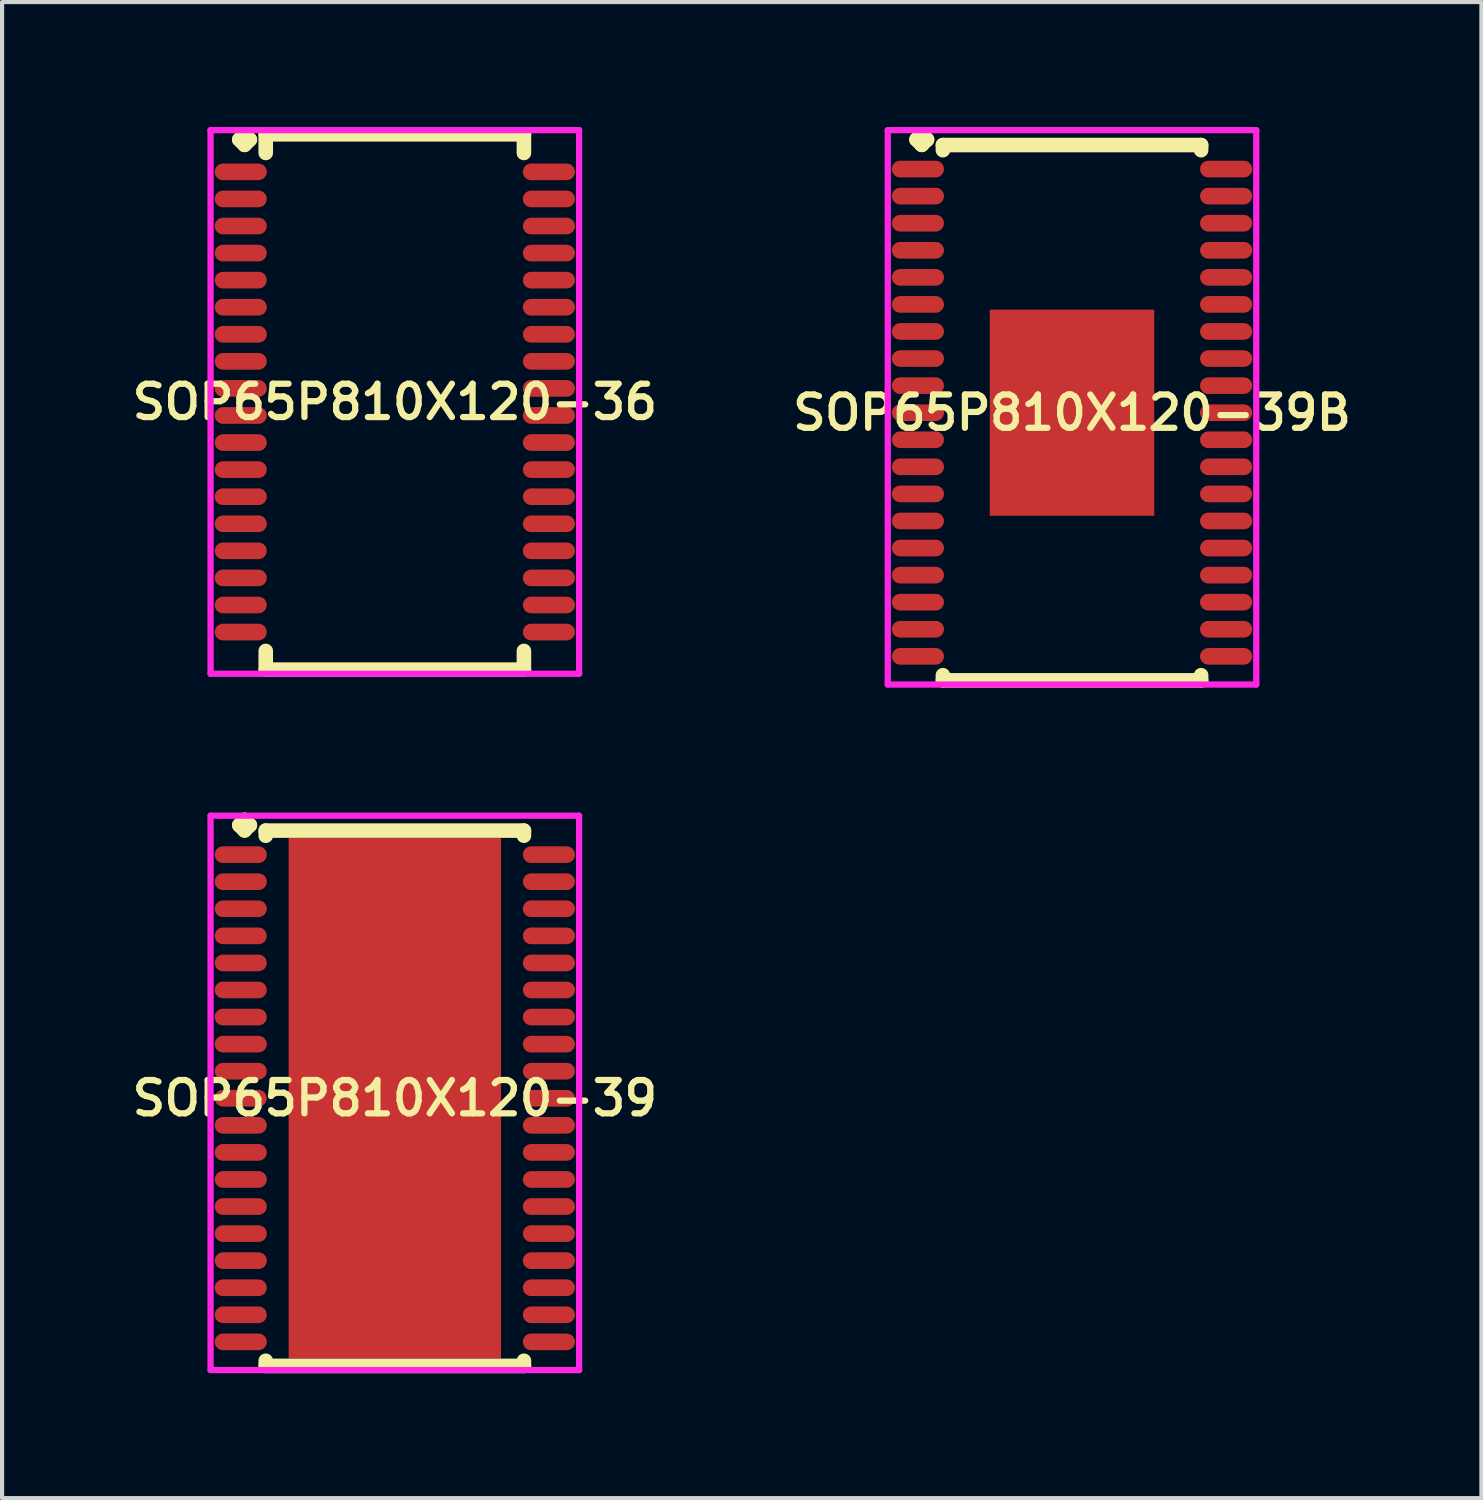
<source format=kicad_pcb>
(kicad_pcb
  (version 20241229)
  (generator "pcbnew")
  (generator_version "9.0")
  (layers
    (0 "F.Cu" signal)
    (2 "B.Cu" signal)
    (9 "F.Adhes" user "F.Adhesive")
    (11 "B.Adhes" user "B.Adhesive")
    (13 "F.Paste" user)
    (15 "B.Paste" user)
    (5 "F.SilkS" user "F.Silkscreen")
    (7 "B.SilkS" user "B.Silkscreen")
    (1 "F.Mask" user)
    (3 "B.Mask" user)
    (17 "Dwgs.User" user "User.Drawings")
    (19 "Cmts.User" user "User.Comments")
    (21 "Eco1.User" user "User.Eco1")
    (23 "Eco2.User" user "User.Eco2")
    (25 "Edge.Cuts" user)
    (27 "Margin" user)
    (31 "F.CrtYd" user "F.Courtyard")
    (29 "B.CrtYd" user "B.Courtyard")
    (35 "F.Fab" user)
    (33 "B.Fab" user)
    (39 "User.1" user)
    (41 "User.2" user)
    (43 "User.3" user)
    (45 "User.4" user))
  (footprint "SOP65P810X120-39B"
    (layer "F.Cu")
    (at 22.692 6.86)
    (property "Reference" "SOP65P810X120-39B" (at 0 0 0) (layer "F.SilkS") (effects (font (size 0.8 0.8) (thickness 0.15))))
    (attr through_hole)
    (fp_line (start -3.735 -6.558) (end -3.608 -6.685) (stroke (width 0.35) (type solid)) (layer "F.SilkS"))
    (fp_line (start -3.608 -6.685) (end -3.481 -6.558) (stroke (width 0.35) (type solid)) (layer "F.SilkS"))
    (fp_line (start -3.608 -6.431) (end -3.735 -6.558) (stroke (width 0.35) (type solid)) (layer "F.SilkS"))
    (fp_line (start -3.481 -6.558) (end -3.608 -6.431) (stroke (width 0.35) (type solid)) (layer "F.SilkS"))
    (fp_line (start -3.1 -6.427) (end 3.1 -6.427) (stroke (width 0.35) (type solid)) (layer "F.SilkS"))
    (fp_line (start -3.1 -6.304) (end -3.1 -6.427) (stroke (width 0.35) (type solid)) (layer "F.SilkS"))
    (fp_line (start -3.1 6.304) (end -3.1 6.427) (stroke (width 0.35) (type solid)) (layer "F.SilkS"))
    (fp_line (start -3.1 6.427) (end 3.1 6.427) (stroke (width 0.35) (type solid)) (layer "F.SilkS"))
    (fp_line (start 3.1 -6.427) (end 3.1 -6.304) (stroke (width 0.35) (type solid)) (layer "F.SilkS"))
    (fp_line (start 3.1 6.427) (end 3.1 6.304) (stroke (width 0.35) (type solid)) (layer "F.SilkS"))
    (fp_line (start -4.425 -6.785) (end 4.425 -6.785) (stroke (width 0.15) (type solid)) (layer "F.CrtYd"))
    (fp_line (start -4.425 6.527) (end -4.425 -6.785) (stroke (width 0.15) (type solid)) (layer "F.CrtYd"))
    (fp_line (start 4.425 -6.785) (end 4.425 6.527) (stroke (width 0.15) (type solid)) (layer "F.CrtYd"))
    (fp_line (start 4.425 6.527) (end -4.425 6.527) (stroke (width 0.15) (type solid)) (layer "F.CrtYd"))
    (pad "1" smd oval (at -3.7 -5.85) (size 1.25 0.4) (layers "F.Cu" "F.Mask" "F.Paste"))
    (pad "2" smd oval (at -3.7 -5.2) (size 1.25 0.4) (layers "F.Cu" "F.Mask" "F.Paste"))
    (pad "3" smd oval (at -3.7 -4.55) (size 1.25 0.4) (layers "F.Cu" "F.Mask" "F.Paste"))
    (pad "4" smd oval (at -3.7 -3.9) (size 1.25 0.4) (layers "F.Cu" "F.Mask" "F.Paste"))
    (pad "5" smd oval (at -3.7 -3.25) (size 1.25 0.4) (layers "F.Cu" "F.Mask" "F.Paste"))
    (pad "6" smd oval (at -3.7 -2.6) (size 1.25 0.4) (layers "F.Cu" "F.Mask" "F.Paste"))
    (pad "7" smd oval (at -3.7 -1.95) (size 1.25 0.4) (layers "F.Cu" "F.Mask" "F.Paste"))
    (pad "8" smd oval (at -3.7 -1.3) (size 1.25 0.4) (layers "F.Cu" "F.Mask" "F.Paste"))
    (pad "9" smd oval (at -3.7 -0.65) (size 1.25 0.4) (layers "F.Cu" "F.Mask" "F.Paste"))
    (pad "10" smd oval (at -3.7 0) (size 1.25 0.4) (layers "F.Cu" "F.Mask" "F.Paste"))
    (pad "11" smd oval (at -3.7 0.65) (size 1.25 0.4) (layers "F.Cu" "F.Mask" "F.Paste"))
    (pad "12" smd oval (at -3.7 1.3) (size 1.25 0.4) (layers "F.Cu" "F.Mask" "F.Paste"))
    (pad "13" smd oval (at -3.7 1.95) (size 1.25 0.4) (layers "F.Cu" "F.Mask" "F.Paste"))
    (pad "14" smd oval (at -3.7 2.6) (size 1.25 0.4) (layers "F.Cu" "F.Mask" "F.Paste"))
    (pad "15" smd oval (at -3.7 3.25) (size 1.25 0.4) (layers "F.Cu" "F.Mask" "F.Paste"))
    (pad "16" smd oval (at -3.7 3.9) (size 1.25 0.4) (layers "F.Cu" "F.Mask" "F.Paste"))
    (pad "17" smd oval (at -3.7 4.55) (size 1.25 0.4) (layers "F.Cu" "F.Mask" "F.Paste"))
    (pad "18" smd oval (at -3.7 5.2) (size 1.25 0.4) (layers "F.Cu" "F.Mask" "F.Paste"))
    (pad "19" smd oval (at -3.7 5.85) (size 1.25 0.4) (layers "F.Cu" "F.Mask" "F.Paste"))
    (pad "20" smd oval (at 3.7 5.85) (size 1.25 0.4) (layers "F.Cu" "F.Mask" "F.Paste"))
    (pad "21" smd oval (at 3.7 5.2) (size 1.25 0.4) (layers "F.Cu" "F.Mask" "F.Paste"))
    (pad "22" smd oval (at 3.7 4.55) (size 1.25 0.4) (layers "F.Cu" "F.Mask" "F.Paste"))
    (pad "23" smd oval (at 3.7 3.9) (size 1.25 0.4) (layers "F.Cu" "F.Mask" "F.Paste"))
    (pad "24" smd oval (at 3.7 3.25) (size 1.25 0.4) (layers "F.Cu" "F.Mask" "F.Paste"))
    (pad "25" smd oval (at 3.7 2.6) (size 1.25 0.4) (layers "F.Cu" "F.Mask" "F.Paste"))
    (pad "26" smd oval (at 3.7 1.95) (size 1.25 0.4) (layers "F.Cu" "F.Mask" "F.Paste"))
    (pad "27" smd oval (at 3.7 1.3) (size 1.25 0.4) (layers "F.Cu" "F.Mask" "F.Paste"))
    (pad "28" smd oval (at 3.7 0.65) (size 1.25 0.4) (layers "F.Cu" "F.Mask" "F.Paste"))
    (pad "29" smd oval (at 3.7 0) (size 1.25 0.4) (layers "F.Cu" "F.Mask" "F.Paste"))
    (pad "30" smd oval (at 3.7 -0.65) (size 1.25 0.4) (layers "F.Cu" "F.Mask" "F.Paste"))
    (pad "31" smd oval (at 3.7 -1.3) (size 1.25 0.4) (layers "F.Cu" "F.Mask" "F.Paste"))
    (pad "32" smd oval (at 3.7 -1.95) (size 1.25 0.4) (layers "F.Cu" "F.Mask" "F.Paste"))
    (pad "33" smd oval (at 3.7 -2.6) (size 1.25 0.4) (layers "F.Cu" "F.Mask" "F.Paste"))
    (pad "34" smd oval (at 3.7 -3.25) (size 1.25 0.4) (layers "F.Cu" "F.Mask" "F.Paste"))
    (pad "35" smd oval (at 3.7 -3.9) (size 1.25 0.4) (layers "F.Cu" "F.Mask" "F.Paste"))
    (pad "36" smd oval (at 3.7 -4.55) (size 1.25 0.4) (layers "F.Cu" "F.Mask" "F.Paste"))
    (pad "37" smd oval (at 3.7 -5.2) (size 1.25 0.4) (layers "F.Cu" "F.Mask" "F.Paste"))
    (pad "38" smd oval (at 3.7 -5.85) (size 1.25 0.4) (layers "F.Cu" "F.Mask" "F.Paste"))
    (pad "39" smd rect (at 0 0) (size 3.95 4.95) (layers "F.Cu" "F.Mask" "F.Paste")))
  (footprint "SOP65P810X120-39"
    (layer "F.Cu")
    (at 6.431 23.322)
    (property "Reference" "SOP65P810X120-39" (at 0 0 0) (layer "F.SilkS") (effects (font (size 0.8 0.8) (thickness 0.15))))
    (attr through_hole)
    (fp_line (start -3.735 -6.558) (end -3.608 -6.685) (stroke (width 0.35) (type solid)) (layer "F.SilkS"))
    (fp_line (start -3.608 -6.685) (end -3.481 -6.558) (stroke (width 0.35) (type solid)) (layer "F.SilkS"))
    (fp_line (start -3.608 -6.431) (end -3.735 -6.558) (stroke (width 0.35) (type solid)) (layer "F.SilkS"))
    (fp_line (start -3.481 -6.558) (end -3.608 -6.431) (stroke (width 0.35) (type solid)) (layer "F.SilkS"))
    (fp_line (start -3.1 -6.427) (end 3.1 -6.427) (stroke (width 0.35) (type solid)) (layer "F.SilkS"))
    (fp_line (start -3.1 -6.304) (end -3.1 -6.427) (stroke (width 0.35) (type solid)) (layer "F.SilkS"))
    (fp_line (start -3.1 6.304) (end -3.1 6.427) (stroke (width 0.35) (type solid)) (layer "F.SilkS"))
    (fp_line (start -3.1 6.427) (end 3.1 6.427) (stroke (width 0.35) (type solid)) (layer "F.SilkS"))
    (fp_line (start 3.1 -6.427) (end 3.1 -6.304) (stroke (width 0.35) (type solid)) (layer "F.SilkS"))
    (fp_line (start 3.1 6.427) (end 3.1 6.304) (stroke (width 0.35) (type solid)) (layer "F.SilkS"))
    (fp_line (start -4.425 -6.785) (end 4.425 -6.785) (stroke (width 0.15) (type solid)) (layer "F.CrtYd"))
    (fp_line (start -4.425 6.527) (end -4.425 -6.785) (stroke (width 0.15) (type solid)) (layer "F.CrtYd"))
    (fp_line (start 4.425 -6.785) (end 4.425 6.527) (stroke (width 0.15) (type solid)) (layer "F.CrtYd"))
    (fp_line (start 4.425 6.527) (end -4.425 6.527) (stroke (width 0.15) (type solid)) (layer "F.CrtYd"))
    (pad "1" smd oval (at -3.7 -5.85) (size 1.25 0.4) (layers "F.Cu" "F.Mask" "F.Paste"))
    (pad "2" smd oval (at -3.7 -5.2) (size 1.25 0.4) (layers "F.Cu" "F.Mask" "F.Paste"))
    (pad "3" smd oval (at -3.7 -4.55) (size 1.25 0.4) (layers "F.Cu" "F.Mask" "F.Paste"))
    (pad "4" smd oval (at -3.7 -3.9) (size 1.25 0.4) (layers "F.Cu" "F.Mask" "F.Paste"))
    (pad "5" smd oval (at -3.7 -3.25) (size 1.25 0.4) (layers "F.Cu" "F.Mask" "F.Paste"))
    (pad "6" smd oval (at -3.7 -2.6) (size 1.25 0.4) (layers "F.Cu" "F.Mask" "F.Paste"))
    (pad "7" smd oval (at -3.7 -1.95) (size 1.25 0.4) (layers "F.Cu" "F.Mask" "F.Paste"))
    (pad "8" smd oval (at -3.7 -1.3) (size 1.25 0.4) (layers "F.Cu" "F.Mask" "F.Paste"))
    (pad "9" smd oval (at -3.7 -0.65) (size 1.25 0.4) (layers "F.Cu" "F.Mask" "F.Paste"))
    (pad "10" smd oval (at -3.7 0) (size 1.25 0.4) (layers "F.Cu" "F.Mask" "F.Paste"))
    (pad "11" smd oval (at -3.7 0.65) (size 1.25 0.4) (layers "F.Cu" "F.Mask" "F.Paste"))
    (pad "12" smd oval (at -3.7 1.3) (size 1.25 0.4) (layers "F.Cu" "F.Mask" "F.Paste"))
    (pad "13" smd oval (at -3.7 1.95) (size 1.25 0.4) (layers "F.Cu" "F.Mask" "F.Paste"))
    (pad "14" smd oval (at -3.7 2.6) (size 1.25 0.4) (layers "F.Cu" "F.Mask" "F.Paste"))
    (pad "15" smd oval (at -3.7 3.25) (size 1.25 0.4) (layers "F.Cu" "F.Mask" "F.Paste"))
    (pad "16" smd oval (at -3.7 3.9) (size 1.25 0.4) (layers "F.Cu" "F.Mask" "F.Paste"))
    (pad "17" smd oval (at -3.7 4.55) (size 1.25 0.4) (layers "F.Cu" "F.Mask" "F.Paste"))
    (pad "18" smd oval (at -3.7 5.2) (size 1.25 0.4) (layers "F.Cu" "F.Mask" "F.Paste"))
    (pad "19" smd oval (at -3.7 5.85) (size 1.25 0.4) (layers "F.Cu" "F.Mask" "F.Paste"))
    (pad "20" smd oval (at 3.7 5.85) (size 1.25 0.4) (layers "F.Cu" "F.Mask" "F.Paste"))
    (pad "21" smd oval (at 3.7 5.2) (size 1.25 0.4) (layers "F.Cu" "F.Mask" "F.Paste"))
    (pad "22" smd oval (at 3.7 4.55) (size 1.25 0.4) (layers "F.Cu" "F.Mask" "F.Paste"))
    (pad "23" smd oval (at 3.7 3.9) (size 1.25 0.4) (layers "F.Cu" "F.Mask" "F.Paste"))
    (pad "24" smd oval (at 3.7 3.25) (size 1.25 0.4) (layers "F.Cu" "F.Mask" "F.Paste"))
    (pad "25" smd oval (at 3.7 2.6) (size 1.25 0.4) (layers "F.Cu" "F.Mask" "F.Paste"))
    (pad "26" smd oval (at 3.7 1.95) (size 1.25 0.4) (layers "F.Cu" "F.Mask" "F.Paste"))
    (pad "27" smd oval (at 3.7 1.3) (size 1.25 0.4) (layers "F.Cu" "F.Mask" "F.Paste"))
    (pad "28" smd oval (at 3.7 0.65) (size 1.25 0.4) (layers "F.Cu" "F.Mask" "F.Paste"))
    (pad "29" smd oval (at 3.7 0) (size 1.25 0.4) (layers "F.Cu" "F.Mask" "F.Paste"))
    (pad "30" smd oval (at 3.7 -0.65) (size 1.25 0.4) (layers "F.Cu" "F.Mask" "F.Paste"))
    (pad "31" smd oval (at 3.7 -1.3) (size 1.25 0.4) (layers "F.Cu" "F.Mask" "F.Paste"))
    (pad "32" smd oval (at 3.7 -1.95) (size 1.25 0.4) (layers "F.Cu" "F.Mask" "F.Paste"))
    (pad "33" smd oval (at 3.7 -2.6) (size 1.25 0.4) (layers "F.Cu" "F.Mask" "F.Paste"))
    (pad "34" smd oval (at 3.7 -3.25) (size 1.25 0.4) (layers "F.Cu" "F.Mask" "F.Paste"))
    (pad "35" smd oval (at 3.7 -3.9) (size 1.25 0.4) (layers "F.Cu" "F.Mask" "F.Paste"))
    (pad "36" smd oval (at 3.7 -4.55) (size 1.25 0.4) (layers "F.Cu" "F.Mask" "F.Paste"))
    (pad "37" smd oval (at 3.7 -5.2) (size 1.25 0.4) (layers "F.Cu" "F.Mask" "F.Paste"))
    (pad "38" smd oval (at 3.7 -5.85) (size 1.25 0.4) (layers "F.Cu" "F.Mask" "F.Paste"))
    (pad "39" smd rect (at 0 0) (size 5.1 12.5) (layers "F.Cu" "F.Mask" "F.Paste")))
  (footprint "SOP65P810X120-36"
    (layer "F.Cu")
    (at 6.431 6.602)
    (property "Reference" "SOP65P810X120-36" (at 0 0 0) (layer "F.SilkS") (effects (font (size 0.8 0.8) (thickness 0.15))))
    (attr smd)
    (fp_line (start -3.735 -6.3) (end -3.608 -6.427) (stroke (width 0.35) (type solid)) (layer "F.SilkS"))
    (fp_line (start -3.608 -6.427) (end -3.481 -6.3) (stroke (width 0.35) (type solid)) (layer "F.SilkS"))
    (fp_line (start -3.608 -6.173) (end -3.735 -6.3) (stroke (width 0.35) (type solid)) (layer "F.SilkS"))
    (fp_line (start -3.481 -6.3) (end -3.608 -6.173) (stroke (width 0.35) (type solid)) (layer "F.SilkS"))
    (fp_line (start -3.1 -6.427) (end 3.1 -6.427) (stroke (width 0.35) (type solid)) (layer "F.SilkS"))
    (fp_line (start -3.1 -5.979) (end -3.1 -6.427) (stroke (width 0.35) (type solid)) (layer "F.SilkS"))
    (fp_line (start -3.1 5.979) (end -3.1 6.427) (stroke (width 0.35) (type solid)) (layer "F.SilkS"))
    (fp_line (start -3.1 6.427) (end 3.1 6.427) (stroke (width 0.35) (type solid)) (layer "F.SilkS"))
    (fp_line (start 3.1 -6.427) (end 3.1 -5.979) (stroke (width 0.35) (type solid)) (layer "F.SilkS"))
    (fp_line (start 3.1 6.427) (end 3.1 5.979) (stroke (width 0.35) (type solid)) (layer "F.SilkS"))
    (fp_line (start -4.425 -6.527) (end 4.425 -6.527) (stroke (width 0.15) (type solid)) (layer "F.CrtYd"))
    (fp_line (start -4.425 6.527) (end -4.425 -6.527) (stroke (width 0.15) (type solid)) (layer "F.CrtYd"))
    (fp_line (start 4.425 -6.527) (end 4.425 6.527) (stroke (width 0.15) (type solid)) (layer "F.CrtYd"))
    (fp_line (start 4.425 6.527) (end -4.425 6.527) (stroke (width 0.15) (type solid)) (layer "F.CrtYd"))
    (pad "1" smd oval (at -3.7 -5.525) (size 1.25 0.4) (layers "F.Cu" "F.Mask" "F.Paste"))
    (pad "2" smd oval (at -3.7 -4.875) (size 1.25 0.4) (layers "F.Cu" "F.Mask" "F.Paste"))
    (pad "3" smd oval (at -3.7 -4.225) (size 1.25 0.4) (layers "F.Cu" "F.Mask" "F.Paste"))
    (pad "4" smd oval (at -3.7 -3.575) (size 1.25 0.4) (layers "F.Cu" "F.Mask" "F.Paste"))
    (pad "5" smd oval (at -3.7 -2.925) (size 1.25 0.4) (layers "F.Cu" "F.Mask" "F.Paste"))
    (pad "6" smd oval (at -3.7 -2.275) (size 1.25 0.4) (layers "F.Cu" "F.Mask" "F.Paste"))
    (pad "7" smd oval (at -3.7 -1.625) (size 1.25 0.4) (layers "F.Cu" "F.Mask" "F.Paste"))
    (pad "8" smd oval (at -3.7 -0.975) (size 1.25 0.4) (layers "F.Cu" "F.Mask" "F.Paste"))
    (pad "9" smd oval (at -3.7 -0.325) (size 1.25 0.4) (layers "F.Cu" "F.Mask" "F.Paste"))
    (pad "10" smd oval (at -3.7 0.325) (size 1.25 0.4) (layers "F.Cu" "F.Mask" "F.Paste"))
    (pad "11" smd oval (at -3.7 0.975) (size 1.25 0.4) (layers "F.Cu" "F.Mask" "F.Paste"))
    (pad "12" smd oval (at -3.7 1.625) (size 1.25 0.4) (layers "F.Cu" "F.Mask" "F.Paste"))
    (pad "13" smd oval (at -3.7 2.275) (size 1.25 0.4) (layers "F.Cu" "F.Mask" "F.Paste"))
    (pad "14" smd oval (at -3.7 2.925) (size 1.25 0.4) (layers "F.Cu" "F.Mask" "F.Paste"))
    (pad "15" smd oval (at -3.7 3.575) (size 1.25 0.4) (layers "F.Cu" "F.Mask" "F.Paste"))
    (pad "16" smd oval (at -3.7 4.225) (size 1.25 0.4) (layers "F.Cu" "F.Mask" "F.Paste"))
    (pad "17" smd oval (at -3.7 4.875) (size 1.25 0.4) (layers "F.Cu" "F.Mask" "F.Paste"))
    (pad "18" smd oval (at -3.7 5.525) (size 1.25 0.4) (layers "F.Cu" "F.Mask" "F.Paste"))
    (pad "19" smd oval (at 3.7 5.525) (size 1.25 0.4) (layers "F.Cu" "F.Mask" "F.Paste"))
    (pad "20" smd oval (at 3.7 4.875) (size 1.25 0.4) (layers "F.Cu" "F.Mask" "F.Paste"))
    (pad "21" smd oval (at 3.7 4.225) (size 1.25 0.4) (layers "F.Cu" "F.Mask" "F.Paste"))
    (pad "22" smd oval (at 3.7 3.575) (size 1.25 0.4) (layers "F.Cu" "F.Mask" "F.Paste"))
    (pad "23" smd oval (at 3.7 2.925) (size 1.25 0.4) (layers "F.Cu" "F.Mask" "F.Paste"))
    (pad "24" smd oval (at 3.7 2.275) (size 1.25 0.4) (layers "F.Cu" "F.Mask" "F.Paste"))
    (pad "25" smd oval (at 3.7 1.625) (size 1.25 0.4) (layers "F.Cu" "F.Mask" "F.Paste"))
    (pad "26" smd oval (at 3.7 0.975) (size 1.25 0.4) (layers "F.Cu" "F.Mask" "F.Paste"))
    (pad "27" smd oval (at 3.7 0.325) (size 1.25 0.4) (layers "F.Cu" "F.Mask" "F.Paste"))
    (pad "28" smd oval (at 3.7 -0.325) (size 1.25 0.4) (layers "F.Cu" "F.Mask" "F.Paste"))
    (pad "29" smd oval (at 3.7 -0.975) (size 1.25 0.4) (layers "F.Cu" "F.Mask" "F.Paste"))
    (pad "30" smd oval (at 3.7 -1.625) (size 1.25 0.4) (layers "F.Cu" "F.Mask" "F.Paste"))
    (pad "31" smd oval (at 3.7 -2.275) (size 1.25 0.4) (layers "F.Cu" "F.Mask" "F.Paste"))
    (pad "32" smd oval (at 3.7 -2.925) (size 1.25 0.4) (layers "F.Cu" "F.Mask" "F.Paste"))
    (pad "33" smd oval (at 3.7 -3.575) (size 1.25 0.4) (layers "F.Cu" "F.Mask" "F.Paste"))
    (pad "34" smd oval (at 3.7 -4.225) (size 1.25 0.4) (layers "F.Cu" "F.Mask" "F.Paste"))
    (pad "35" smd oval (at 3.7 -4.875) (size 1.25 0.4) (layers "F.Cu" "F.Mask" "F.Paste"))
    (pad "36" smd oval (at 3.7 -5.525) (size 1.25 0.4) (layers "F.Cu" "F.Mask" "F.Paste")))
  (gr_rect
    (start -3 -3)
    (end 32.523 32.924)
    (stroke (width 0.1) (type default))
    (fill no)
    (layer "Edge.Cuts")))
</source>
